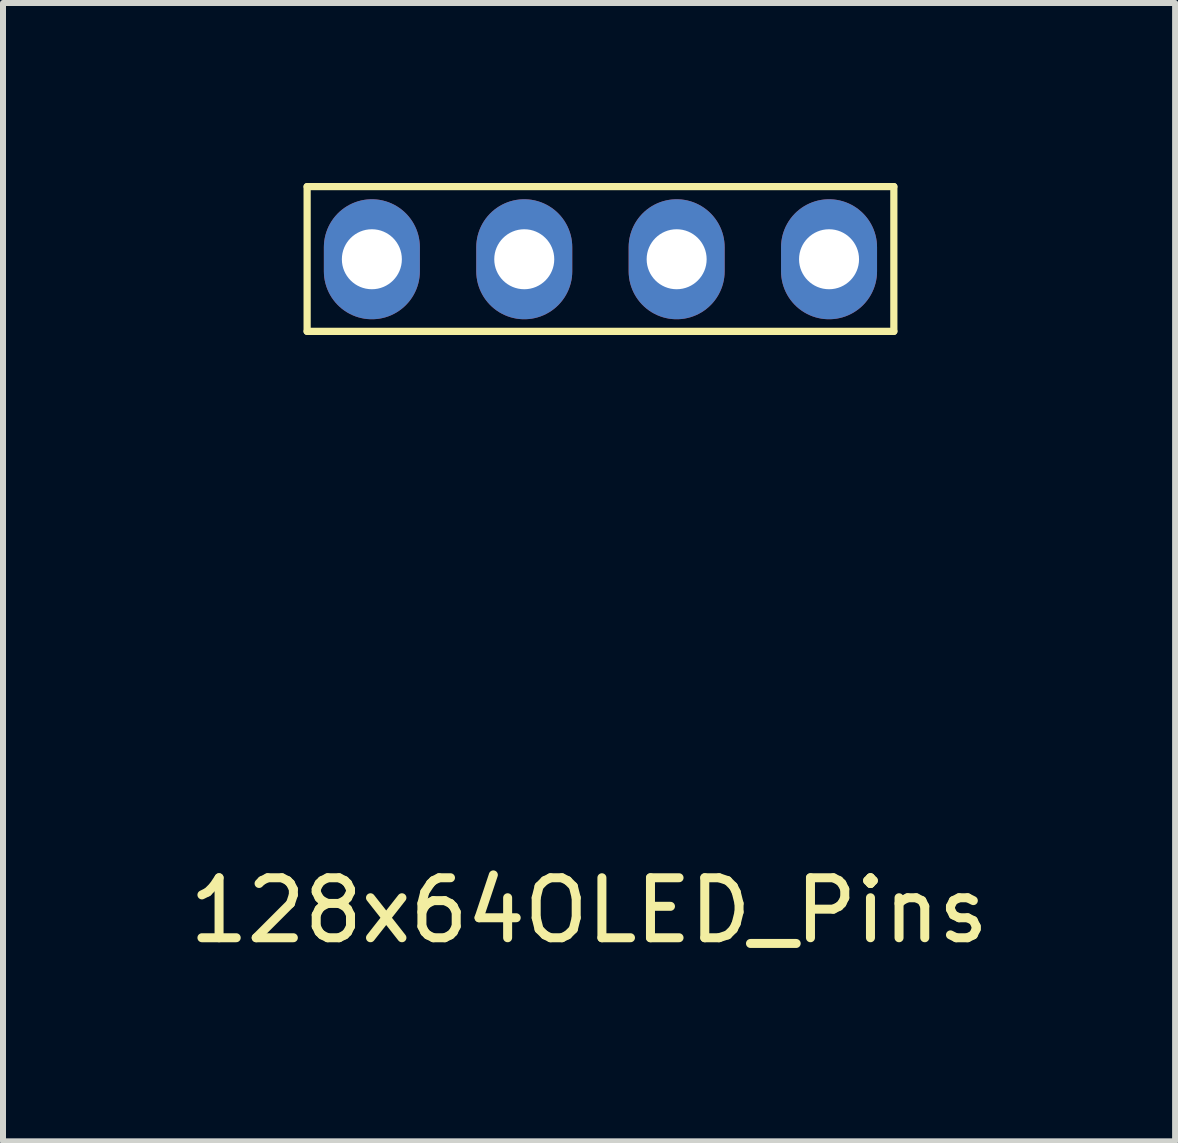
<source format=kicad_pcb>
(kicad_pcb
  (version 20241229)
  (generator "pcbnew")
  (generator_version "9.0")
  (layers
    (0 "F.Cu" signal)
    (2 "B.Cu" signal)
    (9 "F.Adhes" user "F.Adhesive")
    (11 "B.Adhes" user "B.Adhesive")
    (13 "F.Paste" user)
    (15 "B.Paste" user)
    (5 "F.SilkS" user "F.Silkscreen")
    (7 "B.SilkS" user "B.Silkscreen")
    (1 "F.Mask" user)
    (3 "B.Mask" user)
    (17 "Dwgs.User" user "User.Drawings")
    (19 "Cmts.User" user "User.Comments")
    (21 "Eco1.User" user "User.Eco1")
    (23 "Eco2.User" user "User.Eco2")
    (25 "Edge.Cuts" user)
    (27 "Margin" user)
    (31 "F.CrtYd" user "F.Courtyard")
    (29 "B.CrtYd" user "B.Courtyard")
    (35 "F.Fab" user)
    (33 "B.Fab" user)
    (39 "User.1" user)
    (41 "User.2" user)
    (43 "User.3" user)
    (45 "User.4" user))
  (footprint "128x64OLED_Pins"
    (layer "F.Cu")
    (at 6.768 11.871)
    (property "Reference" "128x64OLED_Pins" (at 0 0.254 0) (layer "F.SilkS") (effects (font (size 1 1) (thickness 0.15))))
    (attr through_hole)
    (fp_line (start -4.699 -11.811) (end -4.699 -9.398) (stroke (width 0.12) (type solid)) (layer "F.SilkS"))
    (fp_line (start -4.699 -11.811) (end 5.08 -11.811) (stroke (width 0.12) (type solid)) (layer "F.SilkS"))
    (fp_line (start 5.08 -11.811) (end 5.08 -9.398) (stroke (width 0.12) (type solid)) (layer "F.SilkS"))
    (fp_line (start 5.08 -9.398) (end -4.699 -9.398) (stroke (width 0.12) (type solid)) (layer "F.SilkS"))
    (pad "1" thru_hole oval (at -3.62 -10.6 90) (size 2 1.6) (drill 1) (layers "*.Cu" "*.Mask"))
    (pad "2" thru_hole oval (at -1.08 -10.6 90) (size 2 1.6) (drill 1) (layers "*.Cu" "*.Mask"))
    (pad "3" thru_hole oval (at 1.46 -10.6 90) (size 2 1.6) (drill 1) (layers "*.Cu" "*.Mask"))
    (pad "4" thru_hole oval (at 4 -10.6 90) (size 2 1.6) (drill 1) (layers "*.Cu" "*.Mask")))
  (gr_rect
    (start -3 -3)
    (end 16.536 15.973)
    (stroke (width 0.1) (type default))
    (fill no)
    (layer "Edge.Cuts")))
</source>
